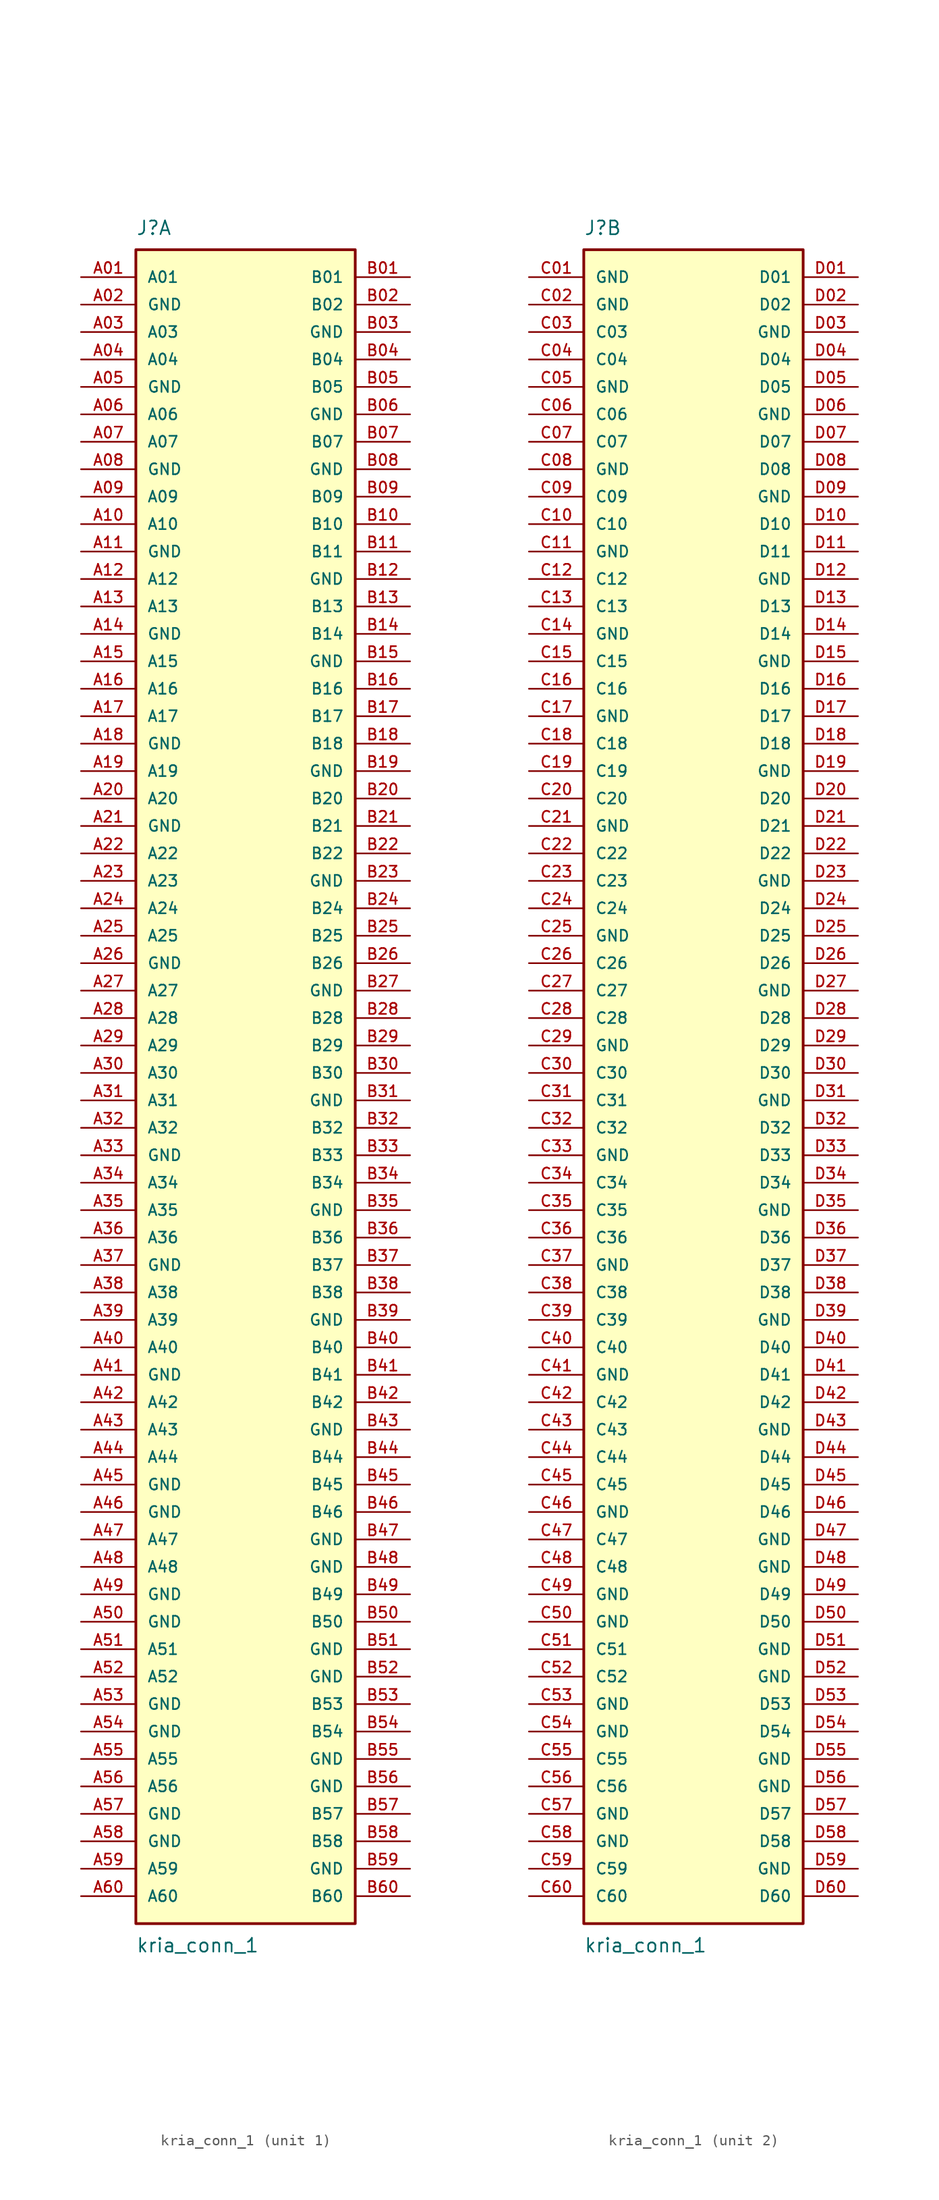
<source format=kicad_sym>
(kicad_symbol_lib
  (version 20231120)
  (generator "kicad_symbol_editor")
  (generator_version "8.0")
  (symbol "kria_conn_1"
    (pin_names
      (offset 1.016))
    (property "Reference" "J"
      (at -10.16 77.47 0)
      (effects (font (size 1.27 1.27)) (justify left bottom)))
    (property "Value" "kria_conn_1"
      (at -10.16 -80.01 0)
      (effects (font (size 1.27 1.27)) (justify left top)))
    (property "ki_locked" ""
      (at 0 0 0)
      (effects (font (size 1.27 1.27))))
    (symbol "kria_conn_1_1_0"
      (rectangle (start -10.16 -78.74) (end 10.16 76.2) (stroke (width 0.254) (type default)) (fill (type background)))
      (pin passive line (at -15.24 73.66 0) (length 5.08) (name "A01" (effects (font (size 1.016 1.016)))) (number "A01" (effects (font (size 1.016 1.016)))))
      (pin passive line (at -15.24 71.12 0) (length 5.08) (name "GND" (effects (font (size 1.016 1.016)))) (number "A02" (effects (font (size 1.016 1.016)))))
      (pin passive line (at -15.24 68.58 0) (length 5.08) (name "A03" (effects (font (size 1.016 1.016)))) (number "A03" (effects (font (size 1.016 1.016)))))
      (pin passive line (at -15.24 66.04 0) (length 5.08) (name "A04" (effects (font (size 1.016 1.016)))) (number "A04" (effects (font (size 1.016 1.016)))))
      (pin passive line (at -15.24 63.5 0) (length 5.08) (name "GND" (effects (font (size 1.016 1.016)))) (number "A05" (effects (font (size 1.016 1.016)))))
      (pin passive line (at -15.24 60.96 0) (length 5.08) (name "A06" (effects (font (size 1.016 1.016)))) (number "A06" (effects (font (size 1.016 1.016)))))
      (pin passive line (at -15.24 58.42 0) (length 5.08) (name "A07" (effects (font (size 1.016 1.016)))) (number "A07" (effects (font (size 1.016 1.016)))))
      (pin passive line (at -15.24 55.88 0) (length 5.08) (name "GND" (effects (font (size 1.016 1.016)))) (number "A08" (effects (font (size 1.016 1.016)))))
      (pin passive line (at -15.24 53.34 0) (length 5.08) (name "A09" (effects (font (size 1.016 1.016)))) (number "A09" (effects (font (size 1.016 1.016)))))
      (pin passive line (at -15.24 50.8 0) (length 5.08) (name "A10" (effects (font (size 1.016 1.016)))) (number "A10" (effects (font (size 1.016 1.016)))))
      (pin passive line (at -15.24 48.26 0) (length 5.08) (name "GND" (effects (font (size 1.016 1.016)))) (number "A11" (effects (font (size 1.016 1.016)))))
      (pin passive line (at -15.24 45.72 0) (length 5.08) (name "A12" (effects (font (size 1.016 1.016)))) (number "A12" (effects (font (size 1.016 1.016)))))
      (pin passive line (at -15.24 43.18 0) (length 5.08) (name "A13" (effects (font (size 1.016 1.016)))) (number "A13" (effects (font (size 1.016 1.016)))))
      (pin passive line (at -15.24 40.64 0) (length 5.08) (name "GND" (effects (font (size 1.016 1.016)))) (number "A14" (effects (font (size 1.016 1.016)))))
      (pin passive line (at -15.24 38.1 0) (length 5.08) (name "A15" (effects (font (size 1.016 1.016)))) (number "A15" (effects (font (size 1.016 1.016)))))
      (pin passive line (at -15.24 35.56 0) (length 5.08) (name "A16" (effects (font (size 1.016 1.016)))) (number "A16" (effects (font (size 1.016 1.016)))))
      (pin passive line (at -15.24 33.02 0) (length 5.08) (name "A17" (effects (font (size 1.016 1.016)))) (number "A17" (effects (font (size 1.016 1.016)))))
      (pin passive line (at -15.24 30.48 0) (length 5.08) (name "GND" (effects (font (size 1.016 1.016)))) (number "A18" (effects (font (size 1.016 1.016)))))
      (pin passive line (at -15.24 27.94 0) (length 5.08) (name "A19" (effects (font (size 1.016 1.016)))) (number "A19" (effects (font (size 1.016 1.016)))))
      (pin passive line (at -15.24 25.4 0) (length 5.08) (name "A20" (effects (font (size 1.016 1.016)))) (number "A20" (effects (font (size 1.016 1.016)))))
      (pin passive line (at -15.24 22.86 0) (length 5.08) (name "GND" (effects (font (size 1.016 1.016)))) (number "A21" (effects (font (size 1.016 1.016)))))
      (pin passive line (at -15.24 20.32 0) (length 5.08) (name "A22" (effects (font (size 1.016 1.016)))) (number "A22" (effects (font (size 1.016 1.016)))))
      (pin passive line (at -15.24 17.78 0) (length 5.08) (name "A23" (effects (font (size 1.016 1.016)))) (number "A23" (effects (font (size 1.016 1.016)))))
      (pin passive line (at -15.24 15.24 0) (length 5.08) (name "A24" (effects (font (size 1.016 1.016)))) (number "A24" (effects (font (size 1.016 1.016)))))
      (pin passive line (at -15.24 12.7 0) (length 5.08) (name "A25" (effects (font (size 1.016 1.016)))) (number "A25" (effects (font (size 1.016 1.016)))))
      (pin passive line (at -15.24 10.16 0) (length 5.08) (name "GND" (effects (font (size 1.016 1.016)))) (number "A26" (effects (font (size 1.016 1.016)))))
      (pin passive line (at -15.24 7.62 0) (length 5.08) (name "A27" (effects (font (size 1.016 1.016)))) (number "A27" (effects (font (size 1.016 1.016)))))
      (pin passive line (at -15.24 5.08 0) (length 5.08) (name "A28" (effects (font (size 1.016 1.016)))) (number "A28" (effects (font (size 1.016 1.016)))))
      (pin passive line (at -15.24 2.54 0) (length 5.08) (name "A29" (effects (font (size 1.016 1.016)))) (number "A29" (effects (font (size 1.016 1.016)))))
      (pin passive line (at -15.24 0 0) (length 5.08) (name "A30" (effects (font (size 1.016 1.016)))) (number "A30" (effects (font (size 1.016 1.016)))))
      (pin passive line (at -15.24 -2.54 0) (length 5.08) (name "A31" (effects (font (size 1.016 1.016)))) (number "A31" (effects (font (size 1.016 1.016)))))
      (pin passive line (at -15.24 -5.08 0) (length 5.08) (name "A32" (effects (font (size 1.016 1.016)))) (number "A32" (effects (font (size 1.016 1.016)))))
      (pin passive line (at -15.24 -7.62 0) (length 5.08) (name "GND" (effects (font (size 1.016 1.016)))) (number "A33" (effects (font (size 1.016 1.016)))))
      (pin passive line (at -15.24 -10.16 0) (length 5.08) (name "A34" (effects (font (size 1.016 1.016)))) (number "A34" (effects (font (size 1.016 1.016)))))
      (pin passive line (at -15.24 -12.7 0) (length 5.08) (name "A35" (effects (font (size 1.016 1.016)))) (number "A35" (effects (font (size 1.016 1.016)))))
      (pin passive line (at -15.24 -15.24 0) (length 5.08) (name "A36" (effects (font (size 1.016 1.016)))) (number "A36" (effects (font (size 1.016 1.016)))))
      (pin passive line (at -15.24 -17.78 0) (length 5.08) (name "GND" (effects (font (size 1.016 1.016)))) (number "A37" (effects (font (size 1.016 1.016)))))
      (pin passive line (at -15.24 -20.32 0) (length 5.08) (name "A38" (effects (font (size 1.016 1.016)))) (number "A38" (effects (font (size 1.016 1.016)))))
      (pin passive line (at -15.24 -22.86 0) (length 5.08) (name "A39" (effects (font (size 1.016 1.016)))) (number "A39" (effects (font (size 1.016 1.016)))))
      (pin passive line (at -15.24 -25.4 0) (length 5.08) (name "A40" (effects (font (size 1.016 1.016)))) (number "A40" (effects (font (size 1.016 1.016)))))
      (pin passive line (at -15.24 -27.94 0) (length 5.08) (name "GND" (effects (font (size 1.016 1.016)))) (number "A41" (effects (font (size 1.016 1.016)))))
      (pin passive line (at -15.24 -30.48 0) (length 5.08) (name "A42" (effects (font (size 1.016 1.016)))) (number "A42" (effects (font (size 1.016 1.016)))))
      (pin passive line (at -15.24 -33.02 0) (length 5.08) (name "A43" (effects (font (size 1.016 1.016)))) (number "A43" (effects (font (size 1.016 1.016)))))
      (pin passive line (at -15.24 -35.56 0) (length 5.08) (name "A44" (effects (font (size 1.016 1.016)))) (number "A44" (effects (font (size 1.016 1.016)))))
      (pin passive line (at -15.24 -38.1 0) (length 5.08) (name "GND" (effects (font (size 1.016 1.016)))) (number "A45" (effects (font (size 1.016 1.016)))))
      (pin passive line (at -15.24 -40.64 0) (length 5.08) (name "GND" (effects (font (size 1.016 1.016)))) (number "A46" (effects (font (size 1.016 1.016)))))
      (pin passive line (at -15.24 -43.18 0) (length 5.08) (name "A47" (effects (font (size 1.016 1.016)))) (number "A47" (effects (font (size 1.016 1.016)))))
      (pin passive line (at -15.24 -45.72 0) (length 5.08) (name "A48" (effects (font (size 1.016 1.016)))) (number "A48" (effects (font (size 1.016 1.016)))))
      (pin passive line (at -15.24 -48.26 0) (length 5.08) (name "GND" (effects (font (size 1.016 1.016)))) (number "A49" (effects (font (size 1.016 1.016)))))
      (pin passive line (at -15.24 -50.8 0) (length 5.08) (name "GND" (effects (font (size 1.016 1.016)))) (number "A50" (effects (font (size 1.016 1.016)))))
      (pin passive line (at -15.24 -53.34 0) (length 5.08) (name "A51" (effects (font (size 1.016 1.016)))) (number "A51" (effects (font (size 1.016 1.016)))))
      (pin passive line (at -15.24 -55.88 0) (length 5.08) (name "A52" (effects (font (size 1.016 1.016)))) (number "A52" (effects (font (size 1.016 1.016)))))
      (pin passive line (at -15.24 -58.42 0) (length 5.08) (name "GND" (effects (font (size 1.016 1.016)))) (number "A53" (effects (font (size 1.016 1.016)))))
      (pin passive line (at -15.24 -60.96 0) (length 5.08) (name "GND" (effects (font (size 1.016 1.016)))) (number "A54" (effects (font (size 1.016 1.016)))))
      (pin passive line (at -15.24 -63.5 0) (length 5.08) (name "A55" (effects (font (size 1.016 1.016)))) (number "A55" (effects (font (size 1.016 1.016)))))
      (pin passive line (at -15.24 -66.04 0) (length 5.08) (name "A56" (effects (font (size 1.016 1.016)))) (number "A56" (effects (font (size 1.016 1.016)))))
      (pin passive line (at -15.24 -68.58 0) (length 5.08) (name "GND" (effects (font (size 1.016 1.016)))) (number "A57" (effects (font (size 1.016 1.016)))))
      (pin passive line (at -15.24 -71.12 0) (length 5.08) (name "GND" (effects (font (size 1.016 1.016)))) (number "A58" (effects (font (size 1.016 1.016)))))
      (pin passive line (at -15.24 -73.66 0) (length 5.08) (name "A59" (effects (font (size 1.016 1.016)))) (number "A59" (effects (font (size 1.016 1.016)))))
      (pin passive line (at -15.24 -76.2 0) (length 5.08) (name "A60" (effects (font (size 1.016 1.016)))) (number "A60" (effects (font (size 1.016 1.016)))))
      (pin passive line (at 15.24 73.66 180) (length 5.08) (name "B01" (effects (font (size 1.016 1.016)))) (number "B01" (effects (font (size 1.016 1.016)))))
      (pin passive line (at 15.24 71.12 180) (length 5.08) (name "B02" (effects (font (size 1.016 1.016)))) (number "B02" (effects (font (size 1.016 1.016)))))
      (pin passive line (at 15.24 68.58 180) (length 5.08) (name "GND" (effects (font (size 1.016 1.016)))) (number "B03" (effects (font (size 1.016 1.016)))))
      (pin passive line (at 15.24 66.04 180) (length 5.08) (name "B04" (effects (font (size 1.016 1.016)))) (number "B04" (effects (font (size 1.016 1.016)))))
      (pin passive line (at 15.24 63.5 180) (length 5.08) (name "B05" (effects (font (size 1.016 1.016)))) (number "B05" (effects (font (size 1.016 1.016)))))
      (pin passive line (at 15.24 60.96 180) (length 5.08) (name "GND" (effects (font (size 1.016 1.016)))) (number "B06" (effects (font (size 1.016 1.016)))))
      (pin passive line (at 15.24 58.42 180) (length 5.08) (name "B07" (effects (font (size 1.016 1.016)))) (number "B07" (effects (font (size 1.016 1.016)))))
      (pin passive line (at 15.24 55.88 180) (length 5.08) (name "GND" (effects (font (size 1.016 1.016)))) (number "B08" (effects (font (size 1.016 1.016)))))
      (pin passive line (at 15.24 53.34 180) (length 5.08) (name "B09" (effects (font (size 1.016 1.016)))) (number "B09" (effects (font (size 1.016 1.016)))))
      (pin passive line (at 15.24 50.8 180) (length 5.08) (name "B10" (effects (font (size 1.016 1.016)))) (number "B10" (effects (font (size 1.016 1.016)))))
      (pin passive line (at 15.24 48.26 180) (length 5.08) (name "B11" (effects (font (size 1.016 1.016)))) (number "B11" (effects (font (size 1.016 1.016)))))
      (pin passive line (at 15.24 45.72 180) (length 5.08) (name "GND" (effects (font (size 1.016 1.016)))) (number "B12" (effects (font (size 1.016 1.016)))))
      (pin passive line (at 15.24 43.18 180) (length 5.08) (name "B13" (effects (font (size 1.016 1.016)))) (number "B13" (effects (font (size 1.016 1.016)))))
      (pin passive line (at 15.24 40.64 180) (length 5.08) (name "B14" (effects (font (size 1.016 1.016)))) (number "B14" (effects (font (size 1.016 1.016)))))
      (pin passive line (at 15.24 38.1 180) (length 5.08) (name "GND" (effects (font (size 1.016 1.016)))) (number "B15" (effects (font (size 1.016 1.016)))))
      (pin passive line (at 15.24 35.56 180) (length 5.08) (name "B16" (effects (font (size 1.016 1.016)))) (number "B16" (effects (font (size 1.016 1.016)))))
      (pin passive line (at 15.24 33.02 180) (length 5.08) (name "B17" (effects (font (size 1.016 1.016)))) (number "B17" (effects (font (size 1.016 1.016)))))
      (pin passive line (at 15.24 30.48 180) (length 5.08) (name "B18" (effects (font (size 1.016 1.016)))) (number "B18" (effects (font (size 1.016 1.016)))))
      (pin passive line (at 15.24 27.94 180) (length 5.08) (name "GND" (effects (font (size 1.016 1.016)))) (number "B19" (effects (font (size 1.016 1.016)))))
      (pin passive line (at 15.24 25.4 180) (length 5.08) (name "B20" (effects (font (size 1.016 1.016)))) (number "B20" (effects (font (size 1.016 1.016)))))
      (pin passive line (at 15.24 22.86 180) (length 5.08) (name "B21" (effects (font (size 1.016 1.016)))) (number "B21" (effects (font (size 1.016 1.016)))))
      (pin passive line (at 15.24 20.32 180) (length 5.08) (name "B22" (effects (font (size 1.016 1.016)))) (number "B22" (effects (font (size 1.016 1.016)))))
      (pin passive line (at 15.24 17.78 180) (length 5.08) (name "GND" (effects (font (size 1.016 1.016)))) (number "B23" (effects (font (size 1.016 1.016)))))
      (pin passive line (at 15.24 15.24 180) (length 5.08) (name "B24" (effects (font (size 1.016 1.016)))) (number "B24" (effects (font (size 1.016 1.016)))))
      (pin passive line (at 15.24 12.7 180) (length 5.08) (name "B25" (effects (font (size 1.016 1.016)))) (number "B25" (effects (font (size 1.016 1.016)))))
      (pin passive line (at 15.24 10.16 180) (length 5.08) (name "B26" (effects (font (size 1.016 1.016)))) (number "B26" (effects (font (size 1.016 1.016)))))
      (pin passive line (at 15.24 7.62 180) (length 5.08) (name "GND" (effects (font (size 1.016 1.016)))) (number "B27" (effects (font (size 1.016 1.016)))))
      (pin passive line (at 15.24 5.08 180) (length 5.08) (name "B28" (effects (font (size 1.016 1.016)))) (number "B28" (effects (font (size 1.016 1.016)))))
      (pin passive line (at 15.24 2.54 180) (length 5.08) (name "B29" (effects (font (size 1.016 1.016)))) (number "B29" (effects (font (size 1.016 1.016)))))
      (pin passive line (at 15.24 0 180) (length 5.08) (name "B30" (effects (font (size 1.016 1.016)))) (number "B30" (effects (font (size 1.016 1.016)))))
      (pin passive line (at 15.24 -2.54 180) (length 5.08) (name "GND" (effects (font (size 1.016 1.016)))) (number "B31" (effects (font (size 1.016 1.016)))))
      (pin passive line (at 15.24 -5.08 180) (length 5.08) (name "B32" (effects (font (size 1.016 1.016)))) (number "B32" (effects (font (size 1.016 1.016)))))
      (pin passive line (at 15.24 -7.62 180) (length 5.08) (name "B33" (effects (font (size 1.016 1.016)))) (number "B33" (effects (font (size 1.016 1.016)))))
      (pin passive line (at 15.24 -10.16 180) (length 5.08) (name "B34" (effects (font (size 1.016 1.016)))) (number "B34" (effects (font (size 1.016 1.016)))))
      (pin passive line (at 15.24 -12.7 180) (length 5.08) (name "GND" (effects (font (size 1.016 1.016)))) (number "B35" (effects (font (size 1.016 1.016)))))
      (pin passive line (at 15.24 -15.24 180) (length 5.08) (name "B36" (effects (font (size 1.016 1.016)))) (number "B36" (effects (font (size 1.016 1.016)))))
      (pin passive line (at 15.24 -17.78 180) (length 5.08) (name "B37" (effects (font (size 1.016 1.016)))) (number "B37" (effects (font (size 1.016 1.016)))))
      (pin passive line (at 15.24 -20.32 180) (length 5.08) (name "B38" (effects (font (size 1.016 1.016)))) (number "B38" (effects (font (size 1.016 1.016)))))
      (pin passive line (at 15.24 -22.86 180) (length 5.08) (name "GND" (effects (font (size 1.016 1.016)))) (number "B39" (effects (font (size 1.016 1.016)))))
      (pin passive line (at 15.24 -25.4 180) (length 5.08) (name "B40" (effects (font (size 1.016 1.016)))) (number "B40" (effects (font (size 1.016 1.016)))))
      (pin passive line (at 15.24 -27.94 180) (length 5.08) (name "B41" (effects (font (size 1.016 1.016)))) (number "B41" (effects (font (size 1.016 1.016)))))
      (pin passive line (at 15.24 -30.48 180) (length 5.08) (name "B42" (effects (font (size 1.016 1.016)))) (number "B42" (effects (font (size 1.016 1.016)))))
      (pin passive line (at 15.24 -33.02 180) (length 5.08) (name "GND" (effects (font (size 1.016 1.016)))) (number "B43" (effects (font (size 1.016 1.016)))))
      (pin passive line (at 15.24 -35.56 180) (length 5.08) (name "B44" (effects (font (size 1.016 1.016)))) (number "B44" (effects (font (size 1.016 1.016)))))
      (pin passive line (at 15.24 -38.1 180) (length 5.08) (name "B45" (effects (font (size 1.016 1.016)))) (number "B45" (effects (font (size 1.016 1.016)))))
      (pin passive line (at 15.24 -40.64 180) (length 5.08) (name "B46" (effects (font (size 1.016 1.016)))) (number "B46" (effects (font (size 1.016 1.016)))))
      (pin passive line (at 15.24 -43.18 180) (length 5.08) (name "GND" (effects (font (size 1.016 1.016)))) (number "B47" (effects (font (size 1.016 1.016)))))
      (pin passive line (at 15.24 -45.72 180) (length 5.08) (name "GND" (effects (font (size 1.016 1.016)))) (number "B48" (effects (font (size 1.016 1.016)))))
      (pin passive line (at 15.24 -48.26 180) (length 5.08) (name "B49" (effects (font (size 1.016 1.016)))) (number "B49" (effects (font (size 1.016 1.016)))))
      (pin passive line (at 15.24 -50.8 180) (length 5.08) (name "B50" (effects (font (size 1.016 1.016)))) (number "B50" (effects (font (size 1.016 1.016)))))
      (pin passive line (at 15.24 -53.34 180) (length 5.08) (name "GND" (effects (font (size 1.016 1.016)))) (number "B51" (effects (font (size 1.016 1.016)))))
      (pin passive line (at 15.24 -55.88 180) (length 5.08) (name "GND" (effects (font (size 1.016 1.016)))) (number "B52" (effects (font (size 1.016 1.016)))))
      (pin passive line (at 15.24 -58.42 180) (length 5.08) (name "B53" (effects (font (size 1.016 1.016)))) (number "B53" (effects (font (size 1.016 1.016)))))
      (pin passive line (at 15.24 -60.96 180) (length 5.08) (name "B54" (effects (font (size 1.016 1.016)))) (number "B54" (effects (font (size 1.016 1.016)))))
      (pin passive line (at 15.24 -63.5 180) (length 5.08) (name "GND" (effects (font (size 1.016 1.016)))) (number "B55" (effects (font (size 1.016 1.016)))))
      (pin passive line (at 15.24 -66.04 180) (length 5.08) (name "GND" (effects (font (size 1.016 1.016)))) (number "B56" (effects (font (size 1.016 1.016)))))
      (pin passive line (at 15.24 -68.58 180) (length 5.08) (name "B57" (effects (font (size 1.016 1.016)))) (number "B57" (effects (font (size 1.016 1.016)))))
      (pin passive line (at 15.24 -71.12 180) (length 5.08) (name "B58" (effects (font (size 1.016 1.016)))) (number "B58" (effects (font (size 1.016 1.016)))))
      (pin passive line (at 15.24 -73.66 180) (length 5.08) (name "GND" (effects (font (size 1.016 1.016)))) (number "B59" (effects (font (size 1.016 1.016)))))
      (pin passive line (at 15.24 -76.2 180) (length 5.08) (name "B60" (effects (font (size 1.016 1.016)))) (number "B60" (effects (font (size 1.016 1.016))))))
    (symbol "kria_conn_1_2_0"
      (rectangle (start -10.16 -78.74) (end 10.16 76.2) (stroke (width 0.254) (type default)) (fill (type background)))
      (pin passive line (at -15.24 73.66 0) (length 5.08) (name "GND" (effects (font (size 1.016 1.016)))) (number "C01" (effects (font (size 1.016 1.016)))))
      (pin passive line (at -15.24 71.12 0) (length 5.08) (name "GND" (effects (font (size 1.016 1.016)))) (number "C02" (effects (font (size 1.016 1.016)))))
      (pin passive line (at -15.24 68.58 0) (length 5.08) (name "C03" (effects (font (size 1.016 1.016)))) (number "C03" (effects (font (size 1.016 1.016)))))
      (pin passive line (at -15.24 66.04 0) (length 5.08) (name "C04" (effects (font (size 1.016 1.016)))) (number "C04" (effects (font (size 1.016 1.016)))))
      (pin passive line (at -15.24 63.5 0) (length 5.08) (name "GND" (effects (font (size 1.016 1.016)))) (number "C05" (effects (font (size 1.016 1.016)))))
      (pin passive line (at -15.24 60.96 0) (length 5.08) (name "C06" (effects (font (size 1.016 1.016)))) (number "C06" (effects (font (size 1.016 1.016)))))
      (pin passive line (at -15.24 58.42 0) (length 5.08) (name "C07" (effects (font (size 1.016 1.016)))) (number "C07" (effects (font (size 1.016 1.016)))))
      (pin passive line (at -15.24 55.88 0) (length 5.08) (name "GND" (effects (font (size 1.016 1.016)))) (number "C08" (effects (font (size 1.016 1.016)))))
      (pin passive line (at -15.24 53.34 0) (length 5.08) (name "C09" (effects (font (size 1.016 1.016)))) (number "C09" (effects (font (size 1.016 1.016)))))
      (pin passive line (at -15.24 50.8 0) (length 5.08) (name "C10" (effects (font (size 1.016 1.016)))) (number "C10" (effects (font (size 1.016 1.016)))))
      (pin passive line (at -15.24 48.26 0) (length 5.08) (name "GND" (effects (font (size 1.016 1.016)))) (number "C11" (effects (font (size 1.016 1.016)))))
      (pin passive line (at -15.24 45.72 0) (length 5.08) (name "C12" (effects (font (size 1.016 1.016)))) (number "C12" (effects (font (size 1.016 1.016)))))
      (pin passive line (at -15.24 43.18 0) (length 5.08) (name "C13" (effects (font (size 1.016 1.016)))) (number "C13" (effects (font (size 1.016 1.016)))))
      (pin passive line (at -15.24 40.64 0) (length 5.08) (name "GND" (effects (font (size 1.016 1.016)))) (number "C14" (effects (font (size 1.016 1.016)))))
      (pin passive line (at -15.24 38.1 0) (length 5.08) (name "C15" (effects (font (size 1.016 1.016)))) (number "C15" (effects (font (size 1.016 1.016)))))
      (pin passive line (at -15.24 35.56 0) (length 5.08) (name "C16" (effects (font (size 1.016 1.016)))) (number "C16" (effects (font (size 1.016 1.016)))))
      (pin passive line (at -15.24 33.02 0) (length 5.08) (name "GND" (effects (font (size 1.016 1.016)))) (number "C17" (effects (font (size 1.016 1.016)))))
      (pin passive line (at -15.24 30.48 0) (length 5.08) (name "C18" (effects (font (size 1.016 1.016)))) (number "C18" (effects (font (size 1.016 1.016)))))
      (pin passive line (at -15.24 27.94 0) (length 5.08) (name "C19" (effects (font (size 1.016 1.016)))) (number "C19" (effects (font (size 1.016 1.016)))))
      (pin passive line (at -15.24 25.4 0) (length 5.08) (name "C20" (effects (font (size 1.016 1.016)))) (number "C20" (effects (font (size 1.016 1.016)))))
      (pin passive line (at -15.24 22.86 0) (length 5.08) (name "GND" (effects (font (size 1.016 1.016)))) (number "C21" (effects (font (size 1.016 1.016)))))
      (pin passive line (at -15.24 20.32 0) (length 5.08) (name "C22" (effects (font (size 1.016 1.016)))) (number "C22" (effects (font (size 1.016 1.016)))))
      (pin passive line (at -15.24 17.78 0) (length 5.08) (name "C23" (effects (font (size 1.016 1.016)))) (number "C23" (effects (font (size 1.016 1.016)))))
      (pin passive line (at -15.24 15.24 0) (length 5.08) (name "C24" (effects (font (size 1.016 1.016)))) (number "C24" (effects (font (size 1.016 1.016)))))
      (pin passive line (at -15.24 12.7 0) (length 5.08) (name "GND" (effects (font (size 1.016 1.016)))) (number "C25" (effects (font (size 1.016 1.016)))))
      (pin passive line (at -15.24 10.16 0) (length 5.08) (name "C26" (effects (font (size 1.016 1.016)))) (number "C26" (effects (font (size 1.016 1.016)))))
      (pin passive line (at -15.24 7.62 0) (length 5.08) (name "C27" (effects (font (size 1.016 1.016)))) (number "C27" (effects (font (size 1.016 1.016)))))
      (pin passive line (at -15.24 5.08 0) (length 5.08) (name "C28" (effects (font (size 1.016 1.016)))) (number "C28" (effects (font (size 1.016 1.016)))))
      (pin passive line (at -15.24 2.54 0) (length 5.08) (name "GND" (effects (font (size 1.016 1.016)))) (number "C29" (effects (font (size 1.016 1.016)))))
      (pin passive line (at -15.24 0 0) (length 5.08) (name "C30" (effects (font (size 1.016 1.016)))) (number "C30" (effects (font (size 1.016 1.016)))))
      (pin passive line (at -15.24 -2.54 0) (length 5.08) (name "C31" (effects (font (size 1.016 1.016)))) (number "C31" (effects (font (size 1.016 1.016)))))
      (pin passive line (at -15.24 -5.08 0) (length 5.08) (name "C32" (effects (font (size 1.016 1.016)))) (number "C32" (effects (font (size 1.016 1.016)))))
      (pin passive line (at -15.24 -7.62 0) (length 5.08) (name "GND" (effects (font (size 1.016 1.016)))) (number "C33" (effects (font (size 1.016 1.016)))))
      (pin passive line (at -15.24 -10.16 0) (length 5.08) (name "C34" (effects (font (size 1.016 1.016)))) (number "C34" (effects (font (size 1.016 1.016)))))
      (pin passive line (at -15.24 -12.7 0) (length 5.08) (name "C35" (effects (font (size 1.016 1.016)))) (number "C35" (effects (font (size 1.016 1.016)))))
      (pin passive line (at -15.24 -15.24 0) (length 5.08) (name "C36" (effects (font (size 1.016 1.016)))) (number "C36" (effects (font (size 1.016 1.016)))))
      (pin passive line (at -15.24 -17.78 0) (length 5.08) (name "GND" (effects (font (size 1.016 1.016)))) (number "C37" (effects (font (size 1.016 1.016)))))
      (pin passive line (at -15.24 -20.32 0) (length 5.08) (name "C38" (effects (font (size 1.016 1.016)))) (number "C38" (effects (font (size 1.016 1.016)))))
      (pin passive line (at -15.24 -22.86 0) (length 5.08) (name "C39" (effects (font (size 1.016 1.016)))) (number "C39" (effects (font (size 1.016 1.016)))))
      (pin passive line (at -15.24 -25.4 0) (length 5.08) (name "C40" (effects (font (size 1.016 1.016)))) (number "C40" (effects (font (size 1.016 1.016)))))
      (pin passive line (at -15.24 -27.94 0) (length 5.08) (name "GND" (effects (font (size 1.016 1.016)))) (number "C41" (effects (font (size 1.016 1.016)))))
      (pin passive line (at -15.24 -30.48 0) (length 5.08) (name "C42" (effects (font (size 1.016 1.016)))) (number "C42" (effects (font (size 1.016 1.016)))))
      (pin passive line (at -15.24 -33.02 0) (length 5.08) (name "C43" (effects (font (size 1.016 1.016)))) (number "C43" (effects (font (size 1.016 1.016)))))
      (pin passive line (at -15.24 -35.56 0) (length 5.08) (name "C44" (effects (font (size 1.016 1.016)))) (number "C44" (effects (font (size 1.016 1.016)))))
      (pin passive line (at -15.24 -38.1 0) (length 5.08) (name "C45" (effects (font (size 1.016 1.016)))) (number "C45" (effects (font (size 1.016 1.016)))))
      (pin passive line (at -15.24 -40.64 0) (length 5.08) (name "GND" (effects (font (size 1.016 1.016)))) (number "C46" (effects (font (size 1.016 1.016)))))
      (pin passive line (at -15.24 -43.18 0) (length 5.08) (name "C47" (effects (font (size 1.016 1.016)))) (number "C47" (effects (font (size 1.016 1.016)))))
      (pin passive line (at -15.24 -45.72 0) (length 5.08) (name "C48" (effects (font (size 1.016 1.016)))) (number "C48" (effects (font (size 1.016 1.016)))))
      (pin passive line (at -15.24 -48.26 0) (length 5.08) (name "GND" (effects (font (size 1.016 1.016)))) (number "C49" (effects (font (size 1.016 1.016)))))
      (pin passive line (at -15.24 -50.8 0) (length 5.08) (name "GND" (effects (font (size 1.016 1.016)))) (number "C50" (effects (font (size 1.016 1.016)))))
      (pin passive line (at -15.24 -53.34 0) (length 5.08) (name "C51" (effects (font (size 1.016 1.016)))) (number "C51" (effects (font (size 1.016 1.016)))))
      (pin passive line (at -15.24 -55.88 0) (length 5.08) (name "C52" (effects (font (size 1.016 1.016)))) (number "C52" (effects (font (size 1.016 1.016)))))
      (pin passive line (at -15.24 -58.42 0) (length 5.08) (name "GND" (effects (font (size 1.016 1.016)))) (number "C53" (effects (font (size 1.016 1.016)))))
      (pin passive line (at -15.24 -60.96 0) (length 5.08) (name "GND" (effects (font (size 1.016 1.016)))) (number "C54" (effects (font (size 1.016 1.016)))))
      (pin passive line (at -15.24 -63.5 0) (length 5.08) (name "C55" (effects (font (size 1.016 1.016)))) (number "C55" (effects (font (size 1.016 1.016)))))
      (pin passive line (at -15.24 -66.04 0) (length 5.08) (name "C56" (effects (font (size 1.016 1.016)))) (number "C56" (effects (font (size 1.016 1.016)))))
      (pin passive line (at -15.24 -68.58 0) (length 5.08) (name "GND" (effects (font (size 1.016 1.016)))) (number "C57" (effects (font (size 1.016 1.016)))))
      (pin passive line (at -15.24 -71.12 0) (length 5.08) (name "GND" (effects (font (size 1.016 1.016)))) (number "C58" (effects (font (size 1.016 1.016)))))
      (pin passive line (at -15.24 -73.66 0) (length 5.08) (name "C59" (effects (font (size 1.016 1.016)))) (number "C59" (effects (font (size 1.016 1.016)))))
      (pin passive line (at -15.24 -76.2 0) (length 5.08) (name "C60" (effects (font (size 1.016 1.016)))) (number "C60" (effects (font (size 1.016 1.016)))))
      (pin passive line (at 15.24 73.66 180) (length 5.08) (name "D01" (effects (font (size 1.016 1.016)))) (number "D01" (effects (font (size 1.016 1.016)))))
      (pin passive line (at 15.24 71.12 180) (length 5.08) (name "D02" (effects (font (size 1.016 1.016)))) (number "D02" (effects (font (size 1.016 1.016)))))
      (pin passive line (at 15.24 68.58 180) (length 5.08) (name "GND" (effects (font (size 1.016 1.016)))) (number "D03" (effects (font (size 1.016 1.016)))))
      (pin passive line (at 15.24 66.04 180) (length 5.08) (name "D04" (effects (font (size 1.016 1.016)))) (number "D04" (effects (font (size 1.016 1.016)))))
      (pin passive line (at 15.24 63.5 180) (length 5.08) (name "D05" (effects (font (size 1.016 1.016)))) (number "D05" (effects (font (size 1.016 1.016)))))
      (pin passive line (at 15.24 60.96 180) (length 5.08) (name "GND" (effects (font (size 1.016 1.016)))) (number "D06" (effects (font (size 1.016 1.016)))))
      (pin passive line (at 15.24 58.42 180) (length 5.08) (name "D07" (effects (font (size 1.016 1.016)))) (number "D07" (effects (font (size 1.016 1.016)))))
      (pin passive line (at 15.24 55.88 180) (length 5.08) (name "D08" (effects (font (size 1.016 1.016)))) (number "D08" (effects (font (size 1.016 1.016)))))
      (pin passive line (at 15.24 53.34 180) (length 5.08) (name "GND" (effects (font (size 1.016 1.016)))) (number "D09" (effects (font (size 1.016 1.016)))))
      (pin passive line (at 15.24 50.8 180) (length 5.08) (name "D10" (effects (font (size 1.016 1.016)))) (number "D10" (effects (font (size 1.016 1.016)))))
      (pin passive line (at 15.24 48.26 180) (length 5.08) (name "D11" (effects (font (size 1.016 1.016)))) (number "D11" (effects (font (size 1.016 1.016)))))
      (pin passive line (at 15.24 45.72 180) (length 5.08) (name "GND" (effects (font (size 1.016 1.016)))) (number "D12" (effects (font (size 1.016 1.016)))))
      (pin passive line (at 15.24 43.18 180) (length 5.08) (name "D13" (effects (font (size 1.016 1.016)))) (number "D13" (effects (font (size 1.016 1.016)))))
      (pin passive line (at 15.24 40.64 180) (length 5.08) (name "D14" (effects (font (size 1.016 1.016)))) (number "D14" (effects (font (size 1.016 1.016)))))
      (pin passive line (at 15.24 38.1 180) (length 5.08) (name "GND" (effects (font (size 1.016 1.016)))) (number "D15" (effects (font (size 1.016 1.016)))))
      (pin passive line (at 15.24 35.56 180) (length 5.08) (name "D16" (effects (font (size 1.016 1.016)))) (number "D16" (effects (font (size 1.016 1.016)))))
      (pin passive line (at 15.24 33.02 180) (length 5.08) (name "D17" (effects (font (size 1.016 1.016)))) (number "D17" (effects (font (size 1.016 1.016)))))
      (pin passive line (at 15.24 30.48 180) (length 5.08) (name "D18" (effects (font (size 1.016 1.016)))) (number "D18" (effects (font (size 1.016 1.016)))))
      (pin passive line (at 15.24 27.94 180) (length 5.08) (name "GND" (effects (font (size 1.016 1.016)))) (number "D19" (effects (font (size 1.016 1.016)))))
      (pin passive line (at 15.24 25.4 180) (length 5.08) (name "D20" (effects (font (size 1.016 1.016)))) (number "D20" (effects (font (size 1.016 1.016)))))
      (pin passive line (at 15.24 22.86 180) (length 5.08) (name "D21" (effects (font (size 1.016 1.016)))) (number "D21" (effects (font (size 1.016 1.016)))))
      (pin passive line (at 15.24 20.32 180) (length 5.08) (name "D22" (effects (font (size 1.016 1.016)))) (number "D22" (effects (font (size 1.016 1.016)))))
      (pin passive line (at 15.24 17.78 180) (length 5.08) (name "GND" (effects (font (size 1.016 1.016)))) (number "D23" (effects (font (size 1.016 1.016)))))
      (pin passive line (at 15.24 15.24 180) (length 5.08) (name "D24" (effects (font (size 1.016 1.016)))) (number "D24" (effects (font (size 1.016 1.016)))))
      (pin passive line (at 15.24 12.7 180) (length 5.08) (name "D25" (effects (font (size 1.016 1.016)))) (number "D25" (effects (font (size 1.016 1.016)))))
      (pin passive line (at 15.24 10.16 180) (length 5.08) (name "D26" (effects (font (size 1.016 1.016)))) (number "D26" (effects (font (size 1.016 1.016)))))
      (pin passive line (at 15.24 7.62 180) (length 5.08) (name "GND" (effects (font (size 1.016 1.016)))) (number "D27" (effects (font (size 1.016 1.016)))))
      (pin passive line (at 15.24 5.08 180) (length 5.08) (name "D28" (effects (font (size 1.016 1.016)))) (number "D28" (effects (font (size 1.016 1.016)))))
      (pin passive line (at 15.24 2.54 180) (length 5.08) (name "D29" (effects (font (size 1.016 1.016)))) (number "D29" (effects (font (size 1.016 1.016)))))
      (pin passive line (at 15.24 0 180) (length 5.08) (name "D30" (effects (font (size 1.016 1.016)))) (number "D30" (effects (font (size 1.016 1.016)))))
      (pin passive line (at 15.24 -2.54 180) (length 5.08) (name "GND" (effects (font (size 1.016 1.016)))) (number "D31" (effects (font (size 1.016 1.016)))))
      (pin passive line (at 15.24 -5.08 180) (length 5.08) (name "D32" (effects (font (size 1.016 1.016)))) (number "D32" (effects (font (size 1.016 1.016)))))
      (pin passive line (at 15.24 -7.62 180) (length 5.08) (name "D33" (effects (font (size 1.016 1.016)))) (number "D33" (effects (font (size 1.016 1.016)))))
      (pin passive line (at 15.24 -10.16 180) (length 5.08) (name "D34" (effects (font (size 1.016 1.016)))) (number "D34" (effects (font (size 1.016 1.016)))))
      (pin passive line (at 15.24 -12.7 180) (length 5.08) (name "GND" (effects (font (size 1.016 1.016)))) (number "D35" (effects (font (size 1.016 1.016)))))
      (pin passive line (at 15.24 -15.24 180) (length 5.08) (name "D36" (effects (font (size 1.016 1.016)))) (number "D36" (effects (font (size 1.016 1.016)))))
      (pin passive line (at 15.24 -17.78 180) (length 5.08) (name "D37" (effects (font (size 1.016 1.016)))) (number "D37" (effects (font (size 1.016 1.016)))))
      (pin passive line (at 15.24 -20.32 180) (length 5.08) (name "D38" (effects (font (size 1.016 1.016)))) (number "D38" (effects (font (size 1.016 1.016)))))
      (pin passive line (at 15.24 -22.86 180) (length 5.08) (name "GND" (effects (font (size 1.016 1.016)))) (number "D39" (effects (font (size 1.016 1.016)))))
      (pin passive line (at 15.24 -25.4 180) (length 5.08) (name "D40" (effects (font (size 1.016 1.016)))) (number "D40" (effects (font (size 1.016 1.016)))))
      (pin passive line (at 15.24 -27.94 180) (length 5.08) (name "D41" (effects (font (size 1.016 1.016)))) (number "D41" (effects (font (size 1.016 1.016)))))
      (pin passive line (at 15.24 -30.48 180) (length 5.08) (name "D42" (effects (font (size 1.016 1.016)))) (number "D42" (effects (font (size 1.016 1.016)))))
      (pin passive line (at 15.24 -33.02 180) (length 5.08) (name "GND" (effects (font (size 1.016 1.016)))) (number "D43" (effects (font (size 1.016 1.016)))))
      (pin passive line (at 15.24 -35.56 180) (length 5.08) (name "D44" (effects (font (size 1.016 1.016)))) (number "D44" (effects (font (size 1.016 1.016)))))
      (pin passive line (at 15.24 -38.1 180) (length 5.08) (name "D45" (effects (font (size 1.016 1.016)))) (number "D45" (effects (font (size 1.016 1.016)))))
      (pin passive line (at 15.24 -40.64 180) (length 5.08) (name "D46" (effects (font (size 1.016 1.016)))) (number "D46" (effects (font (size 1.016 1.016)))))
      (pin passive line (at 15.24 -43.18 180) (length 5.08) (name "GND" (effects (font (size 1.016 1.016)))) (number "D47" (effects (font (size 1.016 1.016)))))
      (pin passive line (at 15.24 -45.72 180) (length 5.08) (name "GND" (effects (font (size 1.016 1.016)))) (number "D48" (effects (font (size 1.016 1.016)))))
      (pin passive line (at 15.24 -48.26 180) (length 5.08) (name "D49" (effects (font (size 1.016 1.016)))) (number "D49" (effects (font (size 1.016 1.016)))))
      (pin passive line (at 15.24 -50.8 180) (length 5.08) (name "D50" (effects (font (size 1.016 1.016)))) (number "D50" (effects (font (size 1.016 1.016)))))
      (pin passive line (at 15.24 -53.34 180) (length 5.08) (name "GND" (effects (font (size 1.016 1.016)))) (number "D51" (effects (font (size 1.016 1.016)))))
      (pin passive line (at 15.24 -55.88 180) (length 5.08) (name "GND" (effects (font (size 1.016 1.016)))) (number "D52" (effects (font (size 1.016 1.016)))))
      (pin passive line (at 15.24 -58.42 180) (length 5.08) (name "D53" (effects (font (size 1.016 1.016)))) (number "D53" (effects (font (size 1.016 1.016)))))
      (pin passive line (at 15.24 -60.96 180) (length 5.08) (name "D54" (effects (font (size 1.016 1.016)))) (number "D54" (effects (font (size 1.016 1.016)))))
      (pin passive line (at 15.24 -63.5 180) (length 5.08) (name "GND" (effects (font (size 1.016 1.016)))) (number "D55" (effects (font (size 1.016 1.016)))))
      (pin passive line (at 15.24 -66.04 180) (length 5.08) (name "GND" (effects (font (size 1.016 1.016)))) (number "D56" (effects (font (size 1.016 1.016)))))
      (pin passive line (at 15.24 -68.58 180) (length 5.08) (name "D57" (effects (font (size 1.016 1.016)))) (number "D57" (effects (font (size 1.016 1.016)))))
      (pin passive line (at 15.24 -71.12 180) (length 5.08) (name "D58" (effects (font (size 1.016 1.016)))) (number "D58" (effects (font (size 1.016 1.016)))))
      (pin passive line (at 15.24 -73.66 180) (length 5.08) (name "GND" (effects (font (size 1.016 1.016)))) (number "D59" (effects (font (size 1.016 1.016)))))
      (pin passive line (at 15.24 -76.2 180) (length 5.08) (name "D60" (effects (font (size 1.016 1.016)))) (number "D60" (effects (font (size 1.016 1.016))))))))
</source>
